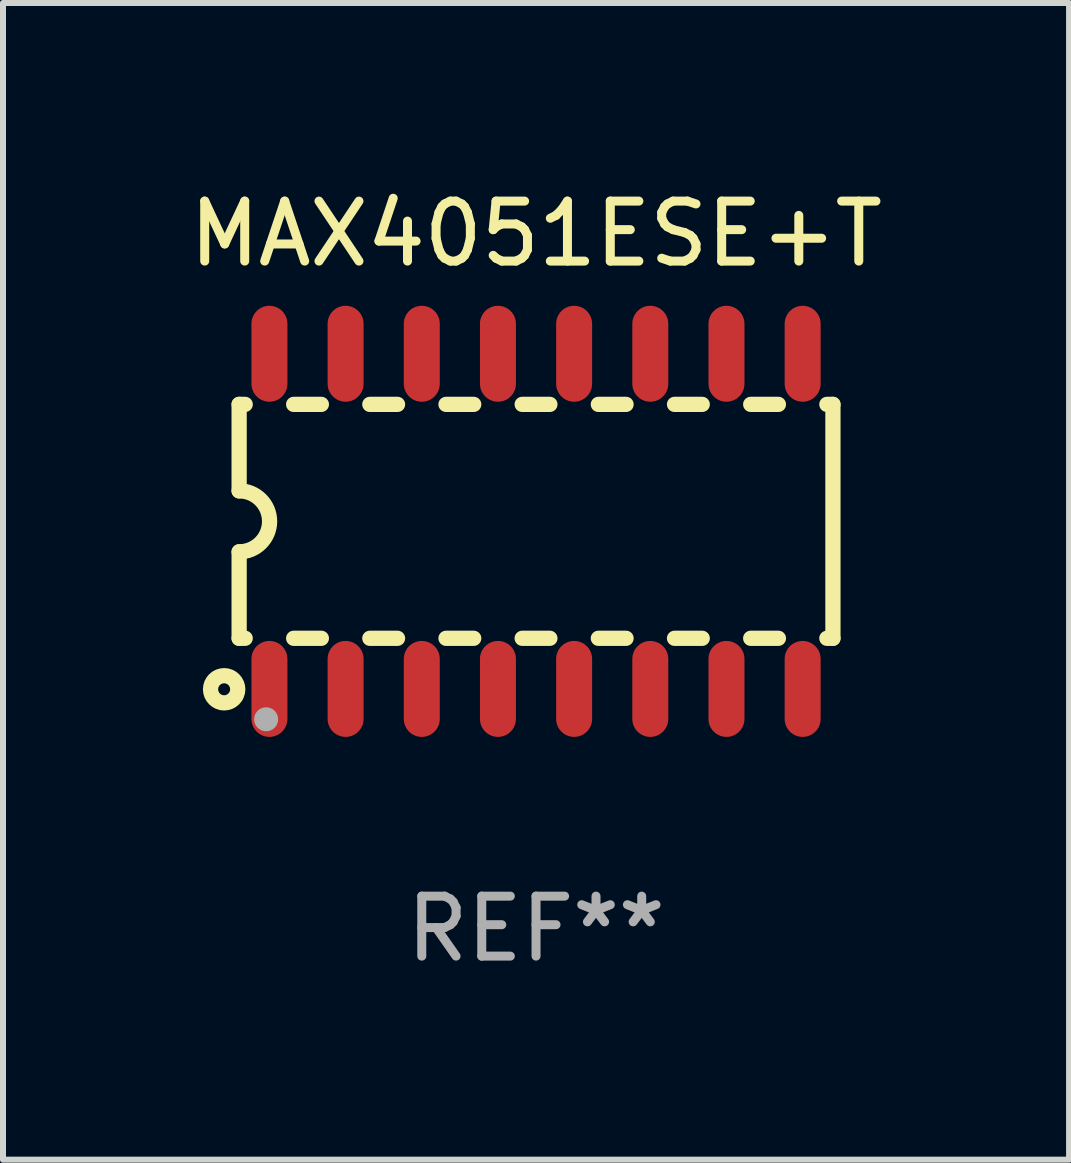
<source format=kicad_pcb>
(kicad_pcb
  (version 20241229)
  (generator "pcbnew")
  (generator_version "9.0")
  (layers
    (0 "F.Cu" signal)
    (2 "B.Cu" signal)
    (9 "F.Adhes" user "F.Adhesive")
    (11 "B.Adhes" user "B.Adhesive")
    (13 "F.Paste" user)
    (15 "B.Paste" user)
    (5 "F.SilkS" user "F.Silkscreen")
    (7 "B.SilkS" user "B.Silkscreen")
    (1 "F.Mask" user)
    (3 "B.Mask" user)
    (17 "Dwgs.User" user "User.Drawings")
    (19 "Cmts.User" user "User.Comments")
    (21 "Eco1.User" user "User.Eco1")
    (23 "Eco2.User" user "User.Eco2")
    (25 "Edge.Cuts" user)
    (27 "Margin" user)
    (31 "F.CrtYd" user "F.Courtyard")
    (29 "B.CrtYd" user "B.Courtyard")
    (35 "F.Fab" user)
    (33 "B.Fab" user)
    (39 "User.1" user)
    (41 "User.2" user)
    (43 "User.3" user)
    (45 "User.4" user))
  (footprint "MAX4051ESE+T"
    (layer "F.Cu")
    (at 5.887 5.642)
    (property "Reference" "MAX4051ESE+T" (at 0 -4.794 0) (layer "F.SilkS") (effects (font (size 1 1) (thickness 0.15))))
    (attr through_hole)
    (fp_line (start -4.95 -1.95) (end -4.95 -0.508) (stroke (width 0.254) (type solid)) (layer "F.SilkS"))
    (fp_line (start -4.95 -1.95) (end -4.849 -1.95) (stroke (width 0.254) (type solid)) (layer "F.SilkS"))
    (fp_line (start -4.95 1.95) (end -4.95 0.508) (stroke (width 0.254) (type solid)) (layer "F.SilkS"))
    (fp_line (start -4.95 1.95) (end -4.849 1.95) (stroke (width 0.254) (type solid)) (layer "F.SilkS"))
    (fp_line (start -4.041 -1.95) (end -3.579 -1.95) (stroke (width 0.254) (type solid)) (layer "F.SilkS"))
    (fp_line (start -4.041 1.95) (end -3.579 1.95) (stroke (width 0.254) (type solid)) (layer "F.SilkS"))
    (fp_line (start -2.771 -1.95) (end -2.309 -1.95) (stroke (width 0.254) (type solid)) (layer "F.SilkS"))
    (fp_line (start -2.771 1.95) (end -2.309 1.95) (stroke (width 0.254) (type solid)) (layer "F.SilkS"))
    (fp_line (start -1.501 -1.95) (end -1.039 -1.95) (stroke (width 0.254) (type solid)) (layer "F.SilkS"))
    (fp_line (start -1.501 1.95) (end -1.039 1.95) (stroke (width 0.254) (type solid)) (layer "F.SilkS"))
    (fp_line (start -0.231 -1.95) (end 0.231 -1.95) (stroke (width 0.254) (type solid)) (layer "F.SilkS"))
    (fp_line (start -0.231 1.95) (end 0.231 1.95) (stroke (width 0.254) (type solid)) (layer "F.SilkS"))
    (fp_line (start 1.039 -1.95) (end 1.501 -1.95) (stroke (width 0.254) (type solid)) (layer "F.SilkS"))
    (fp_line (start 1.039 1.95) (end 1.501 1.95) (stroke (width 0.254) (type solid)) (layer "F.SilkS"))
    (fp_line (start 2.309 -1.95) (end 2.771 -1.95) (stroke (width 0.254) (type solid)) (layer "F.SilkS"))
    (fp_line (start 2.309 1.95) (end 2.771 1.95) (stroke (width 0.254) (type solid)) (layer "F.SilkS"))
    (fp_line (start 3.579 -1.95) (end 4.041 -1.95) (stroke (width 0.254) (type solid)) (layer "F.SilkS"))
    (fp_line (start 3.579 1.95) (end 4.041 1.95) (stroke (width 0.254) (type solid)) (layer "F.SilkS"))
    (fp_line (start 4.849 -1.95) (end 4.95 -1.95) (stroke (width 0.254) (type solid)) (layer "F.SilkS"))
    (fp_line (start 4.849 1.95) (end 4.95 1.95) (stroke (width 0.254) (type solid)) (layer "F.SilkS"))
    (fp_line (start 4.95 -1.95) (end 4.95 1.95) (stroke (width 0.254) (type solid)) (layer "F.SilkS"))
    (fp_arc (start -4.95047 -0.508001) (mid -4.442469 -0.000228) (end -4.950013 0.508001) (stroke (width 0.254001) (type solid)) (layer "F.SilkS"))
    (fp_circle (center -5.2 2.8) (end -5.1 2.8) (stroke (width 0.254) (type solid)) (fill no) (layer "F.SilkS"))
    (fp_circle (center -4.95 2.947) (end -4.92 2.947) (stroke (width 0.06) (type solid)) (fill no) (layer "F.SilkS"))
    (fp_circle (center -4.5 3.3) (end -4.4 3.3) (stroke (width 0.2) (type solid)) (fill no) (layer "F.Fab"))
    (fp_text user "REF**" (at 0 6.794 0) (layer "F.Fab") (effects (font (size 1 1) (thickness 0.15))))
    (pad "1" smd oval (at -4.445 2.794) (size 0.6 1.6) (layers "F.Cu" "F.Mask" "F.Paste"))
    (pad "2" smd oval (at -3.175 2.794) (size 0.6 1.6) (layers "F.Cu" "F.Mask" "F.Paste"))
    (pad "3" smd oval (at -1.905 2.794) (size 0.6 1.6) (layers "F.Cu" "F.Mask" "F.Paste"))
    (pad "4" smd oval (at -0.635 2.794) (size 0.6 1.6) (layers "F.Cu" "F.Mask" "F.Paste"))
    (pad "5" smd oval (at 0.635 2.794) (size 0.6 1.6) (layers "F.Cu" "F.Mask" "F.Paste"))
    (pad "6" smd oval (at 1.905 2.794) (size 0.6 1.6) (layers "F.Cu" "F.Mask" "F.Paste"))
    (pad "7" smd oval (at 3.175 2.794) (size 0.6 1.6) (layers "F.Cu" "F.Mask" "F.Paste"))
    (pad "8" smd oval (at 4.445 2.794) (size 0.6 1.6) (layers "F.Cu" "F.Mask" "F.Paste"))
    (pad "9" smd oval (at 4.445 -2.794) (size 0.6 1.6) (layers "F.Cu" "F.Mask" "F.Paste"))
    (pad "10" smd oval (at 3.175 -2.794) (size 0.6 1.6) (layers "F.Cu" "F.Mask" "F.Paste"))
    (pad "11" smd oval (at 1.905 -2.794) (size 0.6 1.6) (layers "F.Cu" "F.Mask" "F.Paste"))
    (pad "12" smd oval (at 0.635 -2.794) (size 0.6 1.6) (layers "F.Cu" "F.Mask" "F.Paste"))
    (pad "13" smd oval (at -0.635 -2.794) (size 0.6 1.6) (layers "F.Cu" "F.Mask" "F.Paste"))
    (pad "14" smd oval (at -1.905 -2.794) (size 0.6 1.6) (layers "F.Cu" "F.Mask" "F.Paste"))
    (pad "15" smd oval (at -3.175 -2.794) (size 0.6 1.6) (layers "F.Cu" "F.Mask" "F.Paste"))
    (pad "16" smd oval (at -4.445 -2.794) (size 0.6 1.6) (layers "F.Cu" "F.Mask" "F.Paste")))
  (gr_rect
    (start -3 -3)
    (end 14.774 16.285)
    (stroke (width 0.1) (type default))
    (fill no)
    (layer "Edge.Cuts")))
</source>
